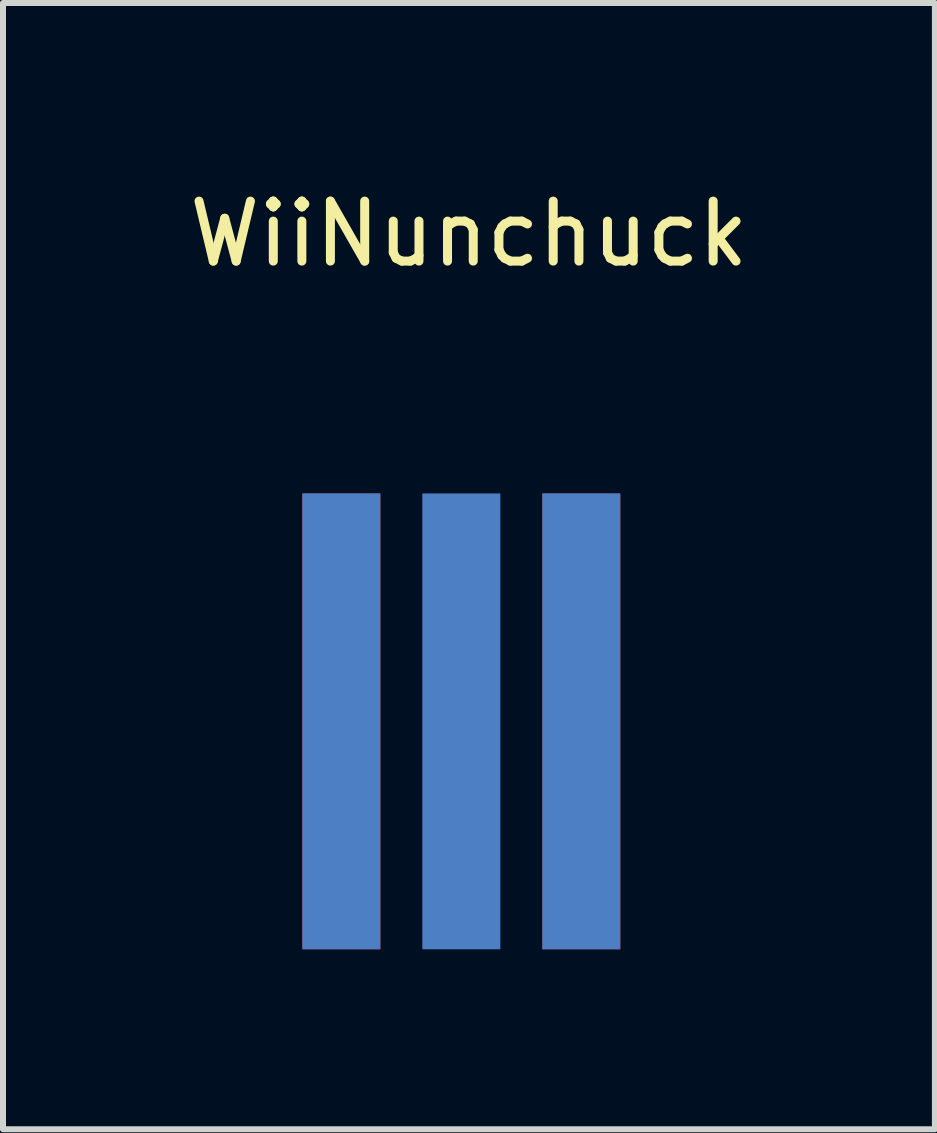
<source format=kicad_pcb>
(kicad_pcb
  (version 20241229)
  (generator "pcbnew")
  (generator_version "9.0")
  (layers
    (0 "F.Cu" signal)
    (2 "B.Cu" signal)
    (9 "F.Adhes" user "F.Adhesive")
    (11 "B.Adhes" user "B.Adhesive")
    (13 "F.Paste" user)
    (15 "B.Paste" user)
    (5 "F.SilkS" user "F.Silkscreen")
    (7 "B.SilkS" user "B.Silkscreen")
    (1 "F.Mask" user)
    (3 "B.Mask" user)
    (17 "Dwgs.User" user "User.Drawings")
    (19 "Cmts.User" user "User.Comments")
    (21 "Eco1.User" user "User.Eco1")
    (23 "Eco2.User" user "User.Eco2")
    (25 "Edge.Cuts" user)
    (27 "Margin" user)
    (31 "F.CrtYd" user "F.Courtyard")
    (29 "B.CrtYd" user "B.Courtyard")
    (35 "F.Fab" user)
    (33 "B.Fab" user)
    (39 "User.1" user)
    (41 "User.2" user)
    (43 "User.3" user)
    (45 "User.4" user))
  (footprint "WiiNunchuck"
    (layer "F.Cu")
    (at 4.641 8.976)
    (property "Reference" "WiiNunchuck" (at 0.127 -8.128 0) (layer "F.SilkS") (effects (font (size 1 1) (thickness 0.15))))
    (attr through_hole)
    (pad "1" smd rect (at 2 0) (size 1.3 7.599) (layers "F.Cu" "F.Mask"))
    (pad "2" smd rect (at 0 0) (size 1.3 7.599) (layers "B.Cu" "B.Mask"))
    (pad "3" smd rect (at -2 0) (size 1.3 7.599) (layers "F.Cu" "F.Mask"))
    (pad "4" smd rect (at -2 0) (size 1.3 7.599) (layers "B.Cu" "B.Mask"))
    (pad "5" smd rect (at 2 0) (size 1.3 7.599) (layers "B.Cu" "B.Mask")))
  (gr_rect
    (start -3 -3)
    (end 12.536 15.776)
    (stroke (width 0.1) (type default))
    (fill no)
    (layer "Edge.Cuts")))
</source>
